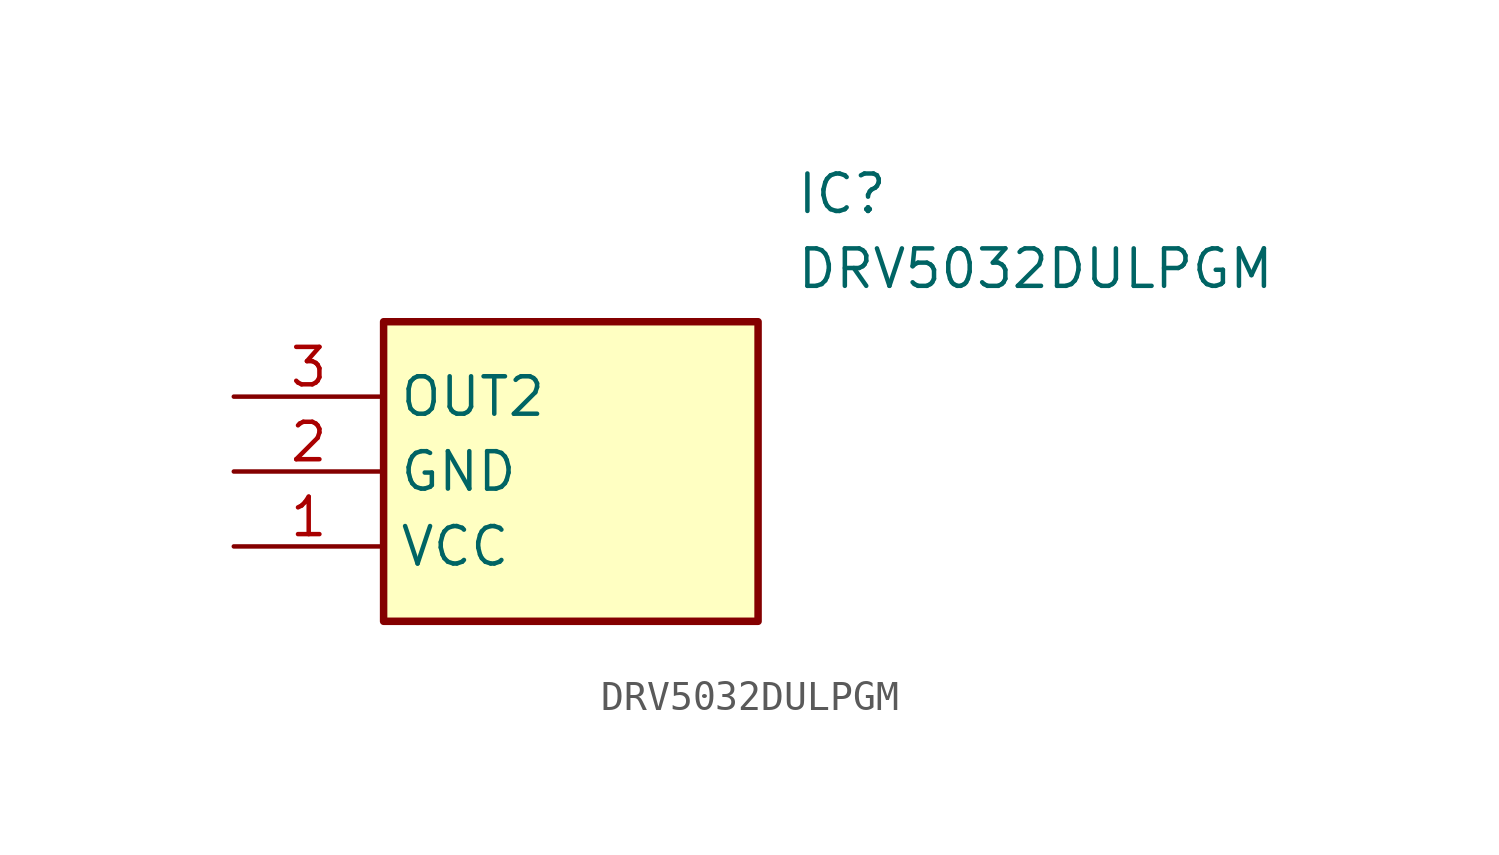
<source format=kicad_sym>
(kicad_symbol_lib
  (version 20211014)
  (generator SamacSys_ECAD_Model)
  (symbol "DRV5032DULPGM"
    (property "Reference" "IC"
      (at 19.05 7.62 0)
      (effects (font (size 1.27 1.27)) (justify left top)))
    (property "Value" "DRV5032DULPGM"
      (at 19.05 5.08 0)
      (effects (font (size 1.27 1.27)) (justify left top)))
    (rectangle
      (start 5.08 2.54)
      (end 17.78 -7.62)
      (stroke (width 0.254) (type default))
      (fill (type background)))
    (pin passive line
      (at 0 -5.08 0)
      (length 5.08)
      (name "VCC" (effects (font (size 1.27 1.27))))
      (number "1" (effects (font (size 1.27 1.27)))))
    (pin passive line
      (at 0 -2.54 0)
      (length 5.08)
      (name "GND" (effects (font (size 1.27 1.27))))
      (number "2" (effects (font (size 1.27 1.27)))))
    (pin passive line
      (at 0 0 0)
      (length 5.08)
      (name "OUT2" (effects (font (size 1.27 1.27))))
      (number "3" (effects (font (size 1.27 1.27)))))))
</source>
